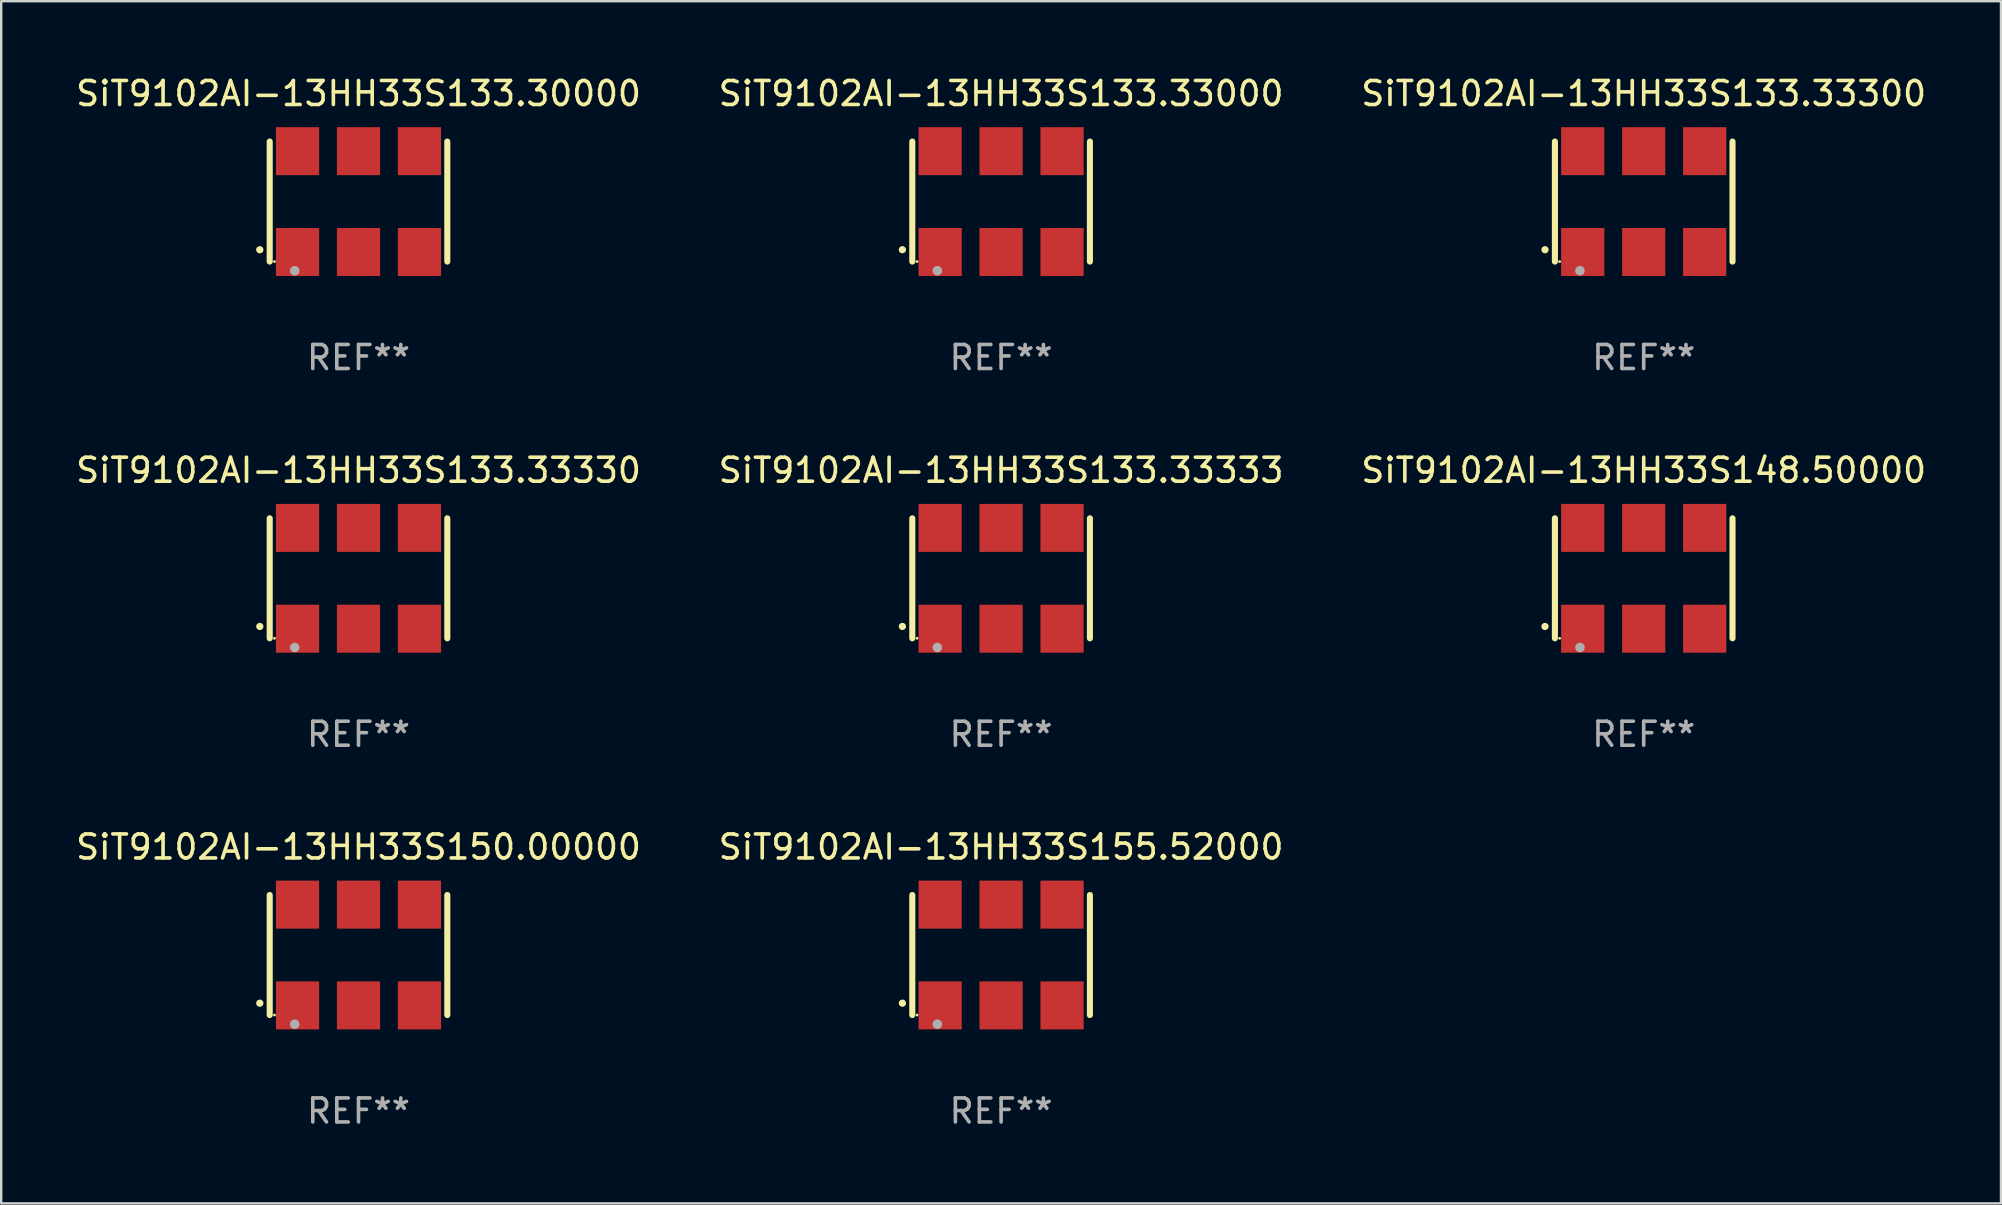
<source format=kicad_pcb>
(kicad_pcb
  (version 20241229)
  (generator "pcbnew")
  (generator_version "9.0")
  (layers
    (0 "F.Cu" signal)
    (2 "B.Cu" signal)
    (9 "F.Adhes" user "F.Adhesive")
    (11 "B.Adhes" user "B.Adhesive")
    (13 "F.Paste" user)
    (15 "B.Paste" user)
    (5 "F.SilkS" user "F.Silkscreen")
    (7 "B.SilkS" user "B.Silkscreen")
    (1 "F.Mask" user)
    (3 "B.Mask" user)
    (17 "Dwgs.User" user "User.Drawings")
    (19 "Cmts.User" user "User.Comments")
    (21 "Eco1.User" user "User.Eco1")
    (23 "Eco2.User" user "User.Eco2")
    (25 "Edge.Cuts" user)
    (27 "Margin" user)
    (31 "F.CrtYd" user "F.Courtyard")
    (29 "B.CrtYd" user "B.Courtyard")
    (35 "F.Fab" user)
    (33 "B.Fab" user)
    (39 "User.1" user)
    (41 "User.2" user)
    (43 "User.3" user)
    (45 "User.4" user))
  (footprint "SiT9102AI-13HH33S155.52000"
    (layer "F.Cu")
    (at 38.661 36.741)
    (property "Reference" "SiT9102AI-13HH33S155.52000" (at 0 -4.5 0) (layer "F.SilkS") (effects (font (size 1 1) (thickness 0.15))))
    (attr through_hole)
    (fp_line (start -3.7 -2.5) (end -3.7 2.5) (stroke (width 0.254) (type solid)) (layer "F.SilkS"))
    (fp_line (start 3.7 -2.5) (end 3.7 2.5) (stroke (width 0.254) (type solid)) (layer "F.SilkS"))
    (fp_arc (start -4.114415 2.006604) (mid -4.113145 2.006599) (end -4.111875 2.006604) (stroke (width 0.3) (type solid)) (layer "F.SilkS"))
    (fp_circle (center -3.502 2.5) (end -3.472 2.5) (stroke (width 0.06) (type solid)) (fill no) (layer "F.SilkS"))
    (fp_circle (center -2.657 2.882) (end -2.557 2.882) (stroke (width 0.2) (type solid)) (fill no) (layer "F.Fab"))
    (fp_text user "REF**" (at 0 6.5 0) (layer "F.Fab") (effects (font (size 1 1) (thickness 0.15))))
    (pad "1" smd rect (at -2.54 2.1) (size 1.8 2) (layers "F.Cu" "F.Mask" "F.Paste"))
    (pad "2" smd rect (at 0.000394 2.1) (size 1.8 2) (layers "F.Cu" "F.Mask" "F.Paste"))
    (pad "3" smd rect (at 2.54 2.1) (size 1.8 2) (layers "F.Cu" "F.Mask" "F.Paste"))
    (pad "4" smd rect (at 2.54 -2.1) (size 1.8 2) (layers "F.Cu" "F.Mask" "F.Paste"))
    (pad "5" smd rect (at 0.000394 -2.1) (size 1.8 2) (layers "F.Cu" "F.Mask" "F.Paste"))
    (pad "6" smd rect (at -2.54 -2.1) (size 1.8 2) (layers "F.Cu" "F.Mask" "F.Paste")))
  (footprint "SiT9102AI-13HH33S133.33300"
    (layer "F.Cu")
    (at 65.435 5.348)
    (property "Reference" "SiT9102AI-13HH33S133.33300" (at 0 -4.5 0) (layer "F.SilkS") (effects (font (size 1 1) (thickness 0.15))))
    (attr through_hole)
    (fp_line (start -3.7 -2.5) (end -3.7 2.5) (stroke (width 0.254) (type solid)) (layer "F.SilkS"))
    (fp_line (start 3.7 -2.5) (end 3.7 2.5) (stroke (width 0.254) (type solid)) (layer "F.SilkS"))
    (fp_arc (start -4.114415 2.006604) (mid -4.113145 2.006599) (end -4.111875 2.006604) (stroke (width 0.3) (type solid)) (layer "F.SilkS"))
    (fp_circle (center -3.502 2.5) (end -3.472 2.5) (stroke (width 0.06) (type solid)) (fill no) (layer "F.SilkS"))
    (fp_circle (center -2.657 2.882) (end -2.557 2.882) (stroke (width 0.2) (type solid)) (fill no) (layer "F.Fab"))
    (fp_text user "REF**" (at 0 6.5 0) (layer "F.Fab") (effects (font (size 1 1) (thickness 0.15))))
    (pad "1" smd rect (at -2.54 2.1) (size 1.8 2) (layers "F.Cu" "F.Mask" "F.Paste"))
    (pad "2" smd rect (at 0.000394 2.1) (size 1.8 2) (layers "F.Cu" "F.Mask" "F.Paste"))
    (pad "3" smd rect (at 2.54 2.1) (size 1.8 2) (layers "F.Cu" "F.Mask" "F.Paste"))
    (pad "4" smd rect (at 2.54 -2.1) (size 1.8 2) (layers "F.Cu" "F.Mask" "F.Paste"))
    (pad "5" smd rect (at 0.000394 -2.1) (size 1.8 2) (layers "F.Cu" "F.Mask" "F.Paste"))
    (pad "6" smd rect (at -2.54 -2.1) (size 1.8 2) (layers "F.Cu" "F.Mask" "F.Paste")))
  (footprint "SiT9102AI-13HH33S148.50000"
    (layer "F.Cu")
    (at 65.435 21.045)
    (property "Reference" "SiT9102AI-13HH33S148.50000" (at 0 -4.5 0) (layer "F.SilkS") (effects (font (size 1 1) (thickness 0.15))))
    (attr through_hole)
    (fp_line (start -3.7 -2.5) (end -3.7 2.5) (stroke (width 0.254) (type solid)) (layer "F.SilkS"))
    (fp_line (start 3.7 -2.5) (end 3.7 2.5) (stroke (width 0.254) (type solid)) (layer "F.SilkS"))
    (fp_arc (start -4.114415 2.006604) (mid -4.113145 2.006599) (end -4.111875 2.006604) (stroke (width 0.3) (type solid)) (layer "F.SilkS"))
    (fp_circle (center -3.502 2.5) (end -3.472 2.5) (stroke (width 0.06) (type solid)) (fill no) (layer "F.SilkS"))
    (fp_circle (center -2.657 2.882) (end -2.557 2.882) (stroke (width 0.2) (type solid)) (fill no) (layer "F.Fab"))
    (fp_text user "REF**" (at 0 6.5 0) (layer "F.Fab") (effects (font (size 1 1) (thickness 0.15))))
    (pad "1" smd rect (at -2.54 2.1) (size 1.8 2) (layers "F.Cu" "F.Mask" "F.Paste"))
    (pad "2" smd rect (at 0.000394 2.1) (size 1.8 2) (layers "F.Cu" "F.Mask" "F.Paste"))
    (pad "3" smd rect (at 2.54 2.1) (size 1.8 2) (layers "F.Cu" "F.Mask" "F.Paste"))
    (pad "4" smd rect (at 2.54 -2.1) (size 1.8 2) (layers "F.Cu" "F.Mask" "F.Paste"))
    (pad "5" smd rect (at 0.000394 -2.1) (size 1.8 2) (layers "F.Cu" "F.Mask" "F.Paste"))
    (pad "6" smd rect (at -2.54 -2.1) (size 1.8 2) (layers "F.Cu" "F.Mask" "F.Paste")))
  (footprint "SiT9102AI-13HH33S133.33000"
    (layer "F.Cu")
    (at 38.661 5.348)
    (property "Reference" "SiT9102AI-13HH33S133.33000" (at 0 -4.5 0) (layer "F.SilkS") (effects (font (size 1 1) (thickness 0.15))))
    (attr through_hole)
    (fp_line (start -3.7 -2.5) (end -3.7 2.5) (stroke (width 0.254) (type solid)) (layer "F.SilkS"))
    (fp_line (start 3.7 -2.5) (end 3.7 2.5) (stroke (width 0.254) (type solid)) (layer "F.SilkS"))
    (fp_arc (start -4.114415 2.006604) (mid -4.113145 2.006599) (end -4.111875 2.006604) (stroke (width 0.3) (type solid)) (layer "F.SilkS"))
    (fp_circle (center -3.502 2.5) (end -3.472 2.5) (stroke (width 0.06) (type solid)) (fill no) (layer "F.SilkS"))
    (fp_circle (center -2.657 2.882) (end -2.557 2.882) (stroke (width 0.2) (type solid)) (fill no) (layer "F.Fab"))
    (fp_text user "REF**" (at 0 6.5 0) (layer "F.Fab") (effects (font (size 1 1) (thickness 0.15))))
    (pad "1" smd rect (at -2.54 2.1) (size 1.8 2) (layers "F.Cu" "F.Mask" "F.Paste"))
    (pad "2" smd rect (at 0.000394 2.1) (size 1.8 2) (layers "F.Cu" "F.Mask" "F.Paste"))
    (pad "3" smd rect (at 2.54 2.1) (size 1.8 2) (layers "F.Cu" "F.Mask" "F.Paste"))
    (pad "4" smd rect (at 2.54 -2.1) (size 1.8 2) (layers "F.Cu" "F.Mask" "F.Paste"))
    (pad "5" smd rect (at 0.000394 -2.1) (size 1.8 2) (layers "F.Cu" "F.Mask" "F.Paste"))
    (pad "6" smd rect (at -2.54 -2.1) (size 1.8 2) (layers "F.Cu" "F.Mask" "F.Paste")))
  (footprint "SiT9102AI-13HH33S133.33333"
    (layer "F.Cu")
    (at 38.661 21.045)
    (property "Reference" "SiT9102AI-13HH33S133.33333" (at 0 -4.5 0) (layer "F.SilkS") (effects (font (size 1 1) (thickness 0.15))))
    (attr through_hole)
    (fp_line (start -3.7 -2.5) (end -3.7 2.5) (stroke (width 0.254) (type solid)) (layer "F.SilkS"))
    (fp_line (start 3.7 -2.5) (end 3.7 2.5) (stroke (width 0.254) (type solid)) (layer "F.SilkS"))
    (fp_arc (start -4.114415 2.006604) (mid -4.113145 2.006599) (end -4.111875 2.006604) (stroke (width 0.3) (type solid)) (layer "F.SilkS"))
    (fp_circle (center -3.502 2.5) (end -3.472 2.5) (stroke (width 0.06) (type solid)) (fill no) (layer "F.SilkS"))
    (fp_circle (center -2.657 2.882) (end -2.557 2.882) (stroke (width 0.2) (type solid)) (fill no) (layer "F.Fab"))
    (fp_text user "REF**" (at 0 6.5 0) (layer "F.Fab") (effects (font (size 1 1) (thickness 0.15))))
    (pad "1" smd rect (at -2.54 2.1) (size 1.8 2) (layers "F.Cu" "F.Mask" "F.Paste"))
    (pad "2" smd rect (at 0.000394 2.1) (size 1.8 2) (layers "F.Cu" "F.Mask" "F.Paste"))
    (pad "3" smd rect (at 2.54 2.1) (size 1.8 2) (layers "F.Cu" "F.Mask" "F.Paste"))
    (pad "4" smd rect (at 2.54 -2.1) (size 1.8 2) (layers "F.Cu" "F.Mask" "F.Paste"))
    (pad "5" smd rect (at 0.000394 -2.1) (size 1.8 2) (layers "F.Cu" "F.Mask" "F.Paste"))
    (pad "6" smd rect (at -2.54 -2.1) (size 1.8 2) (layers "F.Cu" "F.Mask" "F.Paste")))
  (footprint "SiT9102AI-13HH33S133.33330"
    (layer "F.Cu")
    (at 11.887 21.045)
    (property "Reference" "SiT9102AI-13HH33S133.33330" (at 0 -4.5 0) (layer "F.SilkS") (effects (font (size 1 1) (thickness 0.15))))
    (attr through_hole)
    (fp_line (start -3.7 -2.5) (end -3.7 2.5) (stroke (width 0.254) (type solid)) (layer "F.SilkS"))
    (fp_line (start 3.7 -2.5) (end 3.7 2.5) (stroke (width 0.254) (type solid)) (layer "F.SilkS"))
    (fp_arc (start -4.114415 2.006604) (mid -4.113145 2.006599) (end -4.111875 2.006604) (stroke (width 0.3) (type solid)) (layer "F.SilkS"))
    (fp_circle (center -3.502 2.5) (end -3.472 2.5) (stroke (width 0.06) (type solid)) (fill no) (layer "F.SilkS"))
    (fp_circle (center -2.657 2.882) (end -2.557 2.882) (stroke (width 0.2) (type solid)) (fill no) (layer "F.Fab"))
    (fp_text user "REF**" (at 0 6.5 0) (layer "F.Fab") (effects (font (size 1 1) (thickness 0.15))))
    (pad "1" smd rect (at -2.54 2.1) (size 1.8 2) (layers "F.Cu" "F.Mask" "F.Paste"))
    (pad "2" smd rect (at 0.000394 2.1) (size 1.8 2) (layers "F.Cu" "F.Mask" "F.Paste"))
    (pad "3" smd rect (at 2.54 2.1) (size 1.8 2) (layers "F.Cu" "F.Mask" "F.Paste"))
    (pad "4" smd rect (at 2.54 -2.1) (size 1.8 2) (layers "F.Cu" "F.Mask" "F.Paste"))
    (pad "5" smd rect (at 0.000394 -2.1) (size 1.8 2) (layers "F.Cu" "F.Mask" "F.Paste"))
    (pad "6" smd rect (at -2.54 -2.1) (size 1.8 2) (layers "F.Cu" "F.Mask" "F.Paste")))
  (footprint "SiT9102AI-13HH33S150.00000"
    (layer "F.Cu")
    (at 11.887 36.741)
    (property "Reference" "SiT9102AI-13HH33S150.00000" (at 0 -4.5 0) (layer "F.SilkS") (effects (font (size 1 1) (thickness 0.15))))
    (attr through_hole)
    (fp_line (start -3.7 -2.5) (end -3.7 2.5) (stroke (width 0.254) (type solid)) (layer "F.SilkS"))
    (fp_line (start 3.7 -2.5) (end 3.7 2.5) (stroke (width 0.254) (type solid)) (layer "F.SilkS"))
    (fp_arc (start -4.114415 2.006604) (mid -4.113145 2.006599) (end -4.111875 2.006604) (stroke (width 0.3) (type solid)) (layer "F.SilkS"))
    (fp_circle (center -3.502 2.5) (end -3.472 2.5) (stroke (width 0.06) (type solid)) (fill no) (layer "F.SilkS"))
    (fp_circle (center -2.657 2.882) (end -2.557 2.882) (stroke (width 0.2) (type solid)) (fill no) (layer "F.Fab"))
    (fp_text user "REF**" (at 0 6.5 0) (layer "F.Fab") (effects (font (size 1 1) (thickness 0.15))))
    (pad "1" smd rect (at -2.54 2.1) (size 1.8 2) (layers "F.Cu" "F.Mask" "F.Paste"))
    (pad "2" smd rect (at 0.000394 2.1) (size 1.8 2) (layers "F.Cu" "F.Mask" "F.Paste"))
    (pad "3" smd rect (at 2.54 2.1) (size 1.8 2) (layers "F.Cu" "F.Mask" "F.Paste"))
    (pad "4" smd rect (at 2.54 -2.1) (size 1.8 2) (layers "F.Cu" "F.Mask" "F.Paste"))
    (pad "5" smd rect (at 0.000394 -2.1) (size 1.8 2) (layers "F.Cu" "F.Mask" "F.Paste"))
    (pad "6" smd rect (at -2.54 -2.1) (size 1.8 2) (layers "F.Cu" "F.Mask" "F.Paste")))
  (footprint "SiT9102AI-13HH33S133.30000"
    (layer "F.Cu")
    (at 11.887 5.348)
    (property "Reference" "SiT9102AI-13HH33S133.30000" (at 0 -4.5 0) (layer "F.SilkS") (effects (font (size 1 1) (thickness 0.15))))
    (attr through_hole)
    (fp_line (start -3.7 -2.5) (end -3.7 2.5) (stroke (width 0.254) (type solid)) (layer "F.SilkS"))
    (fp_line (start 3.7 -2.5) (end 3.7 2.5) (stroke (width 0.254) (type solid)) (layer "F.SilkS"))
    (fp_arc (start -4.114415 2.006604) (mid -4.113145 2.006599) (end -4.111875 2.006604) (stroke (width 0.3) (type solid)) (layer "F.SilkS"))
    (fp_circle (center -3.502 2.5) (end -3.472 2.5) (stroke (width 0.06) (type solid)) (fill no) (layer "F.SilkS"))
    (fp_circle (center -2.657 2.882) (end -2.557 2.882) (stroke (width 0.2) (type solid)) (fill no) (layer "F.Fab"))
    (fp_text user "REF**" (at 0 6.5 0) (layer "F.Fab") (effects (font (size 1 1) (thickness 0.15))))
    (pad "1" smd rect (at -2.54 2.1) (size 1.8 2) (layers "F.Cu" "F.Mask" "F.Paste"))
    (pad "2" smd rect (at 0.000394 2.1) (size 1.8 2) (layers "F.Cu" "F.Mask" "F.Paste"))
    (pad "3" smd rect (at 2.54 2.1) (size 1.8 2) (layers "F.Cu" "F.Mask" "F.Paste"))
    (pad "4" smd rect (at 2.54 -2.1) (size 1.8 2) (layers "F.Cu" "F.Mask" "F.Paste"))
    (pad "5" smd rect (at 0.000394 -2.1) (size 1.8 2) (layers "F.Cu" "F.Mask" "F.Paste"))
    (pad "6" smd rect (at -2.54 -2.1) (size 1.8 2) (layers "F.Cu" "F.Mask" "F.Paste")))
  (gr_rect
    (start -3 -3)
    (end 80.321 47.09)
    (stroke (width 0.1) (type default))
    (fill no)
    (layer "Edge.Cuts")))
</source>
